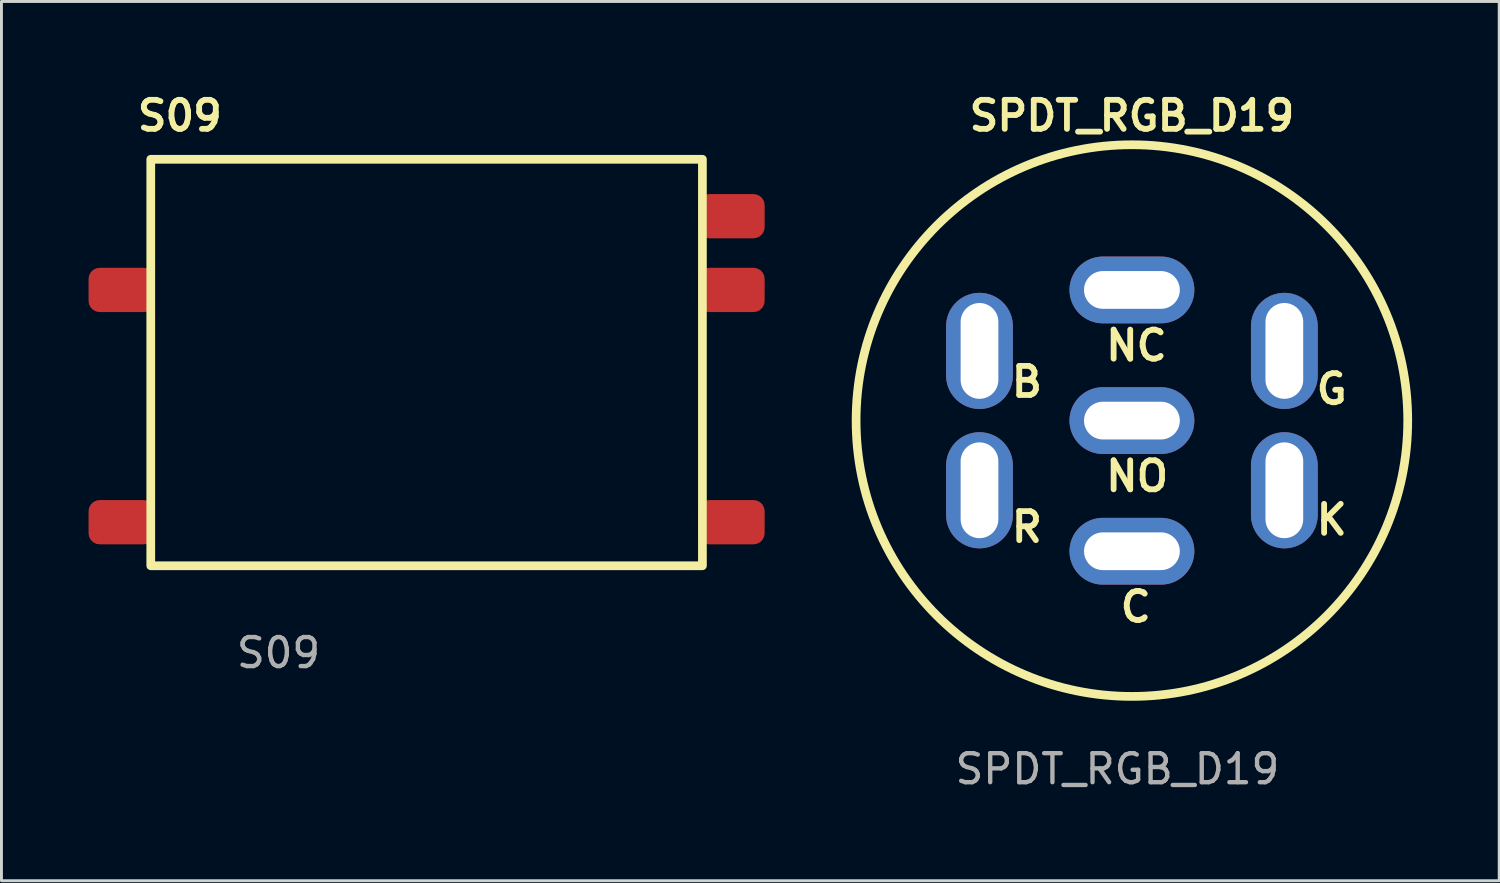
<source format=kicad_pcb>
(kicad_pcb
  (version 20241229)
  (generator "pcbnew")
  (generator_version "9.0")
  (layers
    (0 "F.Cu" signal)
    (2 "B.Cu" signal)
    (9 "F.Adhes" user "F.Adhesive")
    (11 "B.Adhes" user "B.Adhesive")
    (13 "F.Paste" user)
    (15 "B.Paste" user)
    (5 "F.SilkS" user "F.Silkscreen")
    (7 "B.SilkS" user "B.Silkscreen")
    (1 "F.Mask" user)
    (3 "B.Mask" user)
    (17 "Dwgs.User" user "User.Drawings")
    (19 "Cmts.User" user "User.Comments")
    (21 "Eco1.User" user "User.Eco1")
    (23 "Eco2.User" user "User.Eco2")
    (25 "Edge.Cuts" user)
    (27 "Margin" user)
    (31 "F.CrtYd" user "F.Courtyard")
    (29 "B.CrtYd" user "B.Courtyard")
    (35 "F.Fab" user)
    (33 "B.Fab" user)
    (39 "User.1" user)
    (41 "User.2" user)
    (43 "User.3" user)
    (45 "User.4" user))
  (footprint "SPDT_RGB_D19"
    (layer "F.Cu")
    (at 35.936 11.436)
    (property "Reference" "SPDT_RGB_D19" (at 0 -10.5 0) (unlocked yes) (layer "F.SilkS") (effects (font (size 1 1) (thickness 0.2) (bold yes))))
    (attr through_hole)
    (fp_circle (center 0 0) (end 9.5 0) (stroke (width 0.3) (type default)) (fill no) (layer "F.SilkS"))
    (fp_text user "R" (at -4.25 4.25 0) (unlocked yes) (layer "F.SilkS") (effects (font (size 1 1) (thickness 0.2) (bold yes)) (justify left bottom)))
    (fp_text user "NO" (at -1 2.5 0) (unlocked yes) (layer "F.SilkS") (effects (font (size 1 1) (thickness 0.2) (bold yes)) (justify left bottom)))
    (fp_text user "NC" (at -1 -2 0) (unlocked yes) (layer "F.SilkS") (effects (font (size 1 1) (thickness 0.2) (bold yes)) (justify left bottom)))
    (fp_text user "B" (at -4.25 -0.75 0) (unlocked yes) (layer "F.SilkS") (effects (font (size 1 1) (thickness 0.2) (bold yes)) (justify left bottom)))
    (fp_text user "K" (at 6.25 4 0) (unlocked yes) (layer "F.SilkS") (effects (font (size 1 1) (thickness 0.2) (bold yes)) (justify left bottom)))
    (fp_text user "G" (at 6.25 -0.5 0) (unlocked yes) (layer "F.SilkS") (effects (font (size 1 1) (thickness 0.2) (bold yes)) (justify left bottom)))
    (fp_text user "C" (at -0.5 7 0) (unlocked yes) (layer "F.SilkS") (effects (font (size 1 1) (thickness 0.2) (bold yes)) (justify left bottom)))
    (fp_text user "${REFERENCE}" (at -0.5 12 0) (unlocked yes) (layer "F.Fab") (effects (font (size 1 1) (thickness 0.15))))
    (pad "1" thru_hole oval (at 0 -4.5) (size 4.3 2.3) (drill oval 3.3 1.3) (layers "*.Cu" "*.Mask"))
    (pad "2" thru_hole oval (at 0 4.5) (size 4.3 2.3) (drill oval 3.3 1.3) (layers "*.Cu" "*.Mask"))
    (pad "3" thru_hole oval (at 0 0) (size 4.3 2.3) (drill oval 3.3 1.3) (layers "*.Cu" "*.Mask"))
    (pad "4" thru_hole oval (at -5.25 2.4 90) (size 4 2.3) (drill oval 3.3 1.3) (layers "*.Cu" "*.Mask"))
    (pad "5" thru_hole oval (at 5.25 -2.4 90) (size 4 2.3) (drill oval 3.3 1.3) (layers "*.Cu" "*.Mask"))
    (pad "6" thru_hole oval (at -5.25 -2.4 90) (size 4 2.3) (drill oval 3.3 1.3) (layers "*.Cu" "*.Mask"))
    (pad "7" thru_hole oval (at 5.25 2.4 90) (size 4 2.3) (drill oval 3.3 1.3) (layers "*.Cu" "*.Mask")))
  (footprint "S09"
    (layer "F.Cu")
    (at 11.643 9.436)
    (property "Reference" "S09" (at -8.5 -8.5 0) (unlocked yes) (layer "F.SilkS") (effects (font (size 1 1) (thickness 0.2) (bold yes))))
    (attr smd)
    (fp_rect (start -9.5 -7) (end 9.5 7) (stroke (width 0.3) (type default)) (fill no) (layer "F.SilkS"))
    (fp_text user "${REFERENCE}" (at -5.1 10 0) (unlocked yes) (layer "F.Fab") (effects (font (size 1 1) (thickness 0.15))))
    (pad "1" smd roundrect (at 10.5 5.5) (size 2.286 1.524) (layers "F.Cu" "F.Mask" "F.Paste") (roundrect_rratio 0.25))
    (pad "2" smd roundrect (at 10.5 -2.5) (size 2.286 1.524) (layers "F.Cu" "F.Mask" "F.Paste") (roundrect_rratio 0.25))
    (pad "3" smd roundrect (at 10.5 -5.04) (size 2.286 1.524) (layers "F.Cu" "F.Mask" "F.Paste") (roundrect_rratio 0.25))
    (pad "6" smd roundrect (at -10.5 5.5) (size 2.286 1.524) (layers "F.Cu" "F.Mask" "F.Paste") (roundrect_rratio 0.25))
    (pad "7" smd roundrect (at -10.5 -2.5) (size 2.286 1.524) (layers "F.Cu" "F.Mask" "F.Paste") (roundrect_rratio 0.25)))
  (gr_rect
    (start -3 -3)
    (end 48.586 27.284)
    (stroke (width 0.1) (type default))
    (fill no)
    (layer "Edge.Cuts")))
</source>
